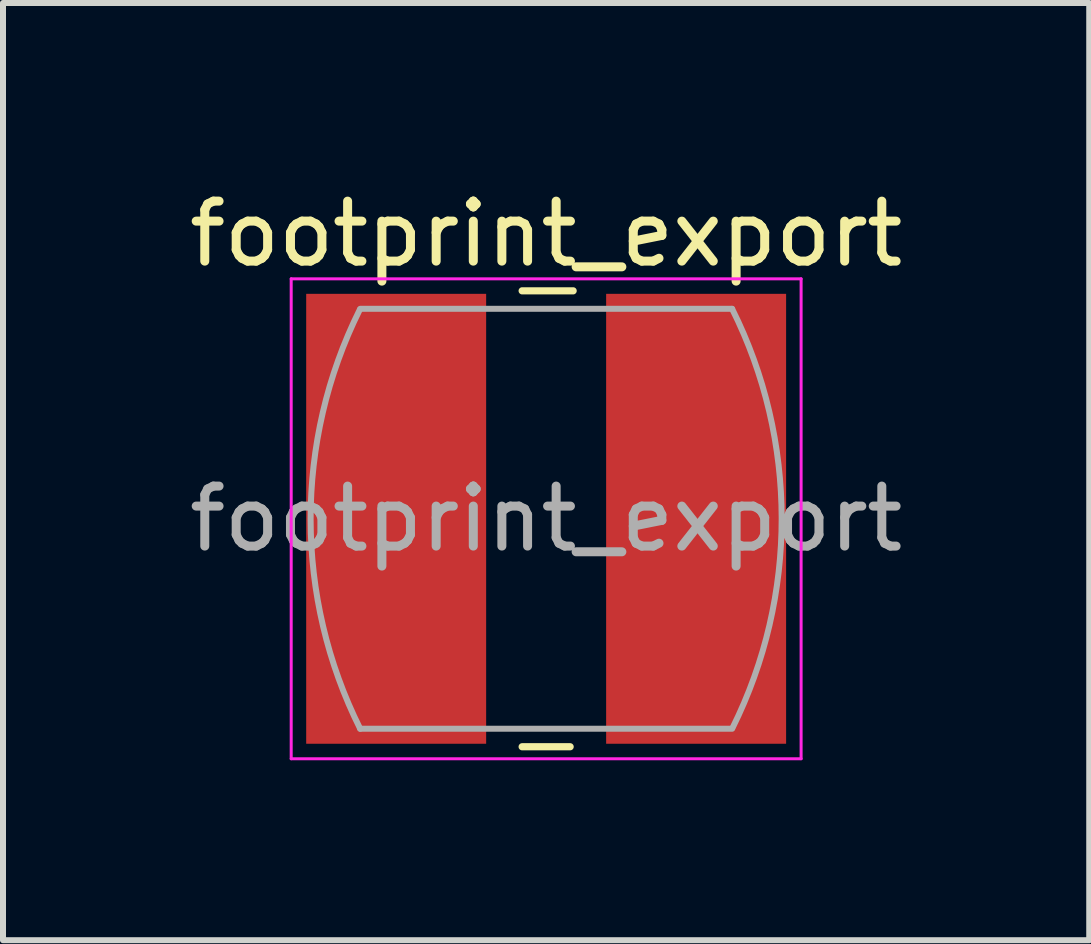
<source format=kicad_pcb>
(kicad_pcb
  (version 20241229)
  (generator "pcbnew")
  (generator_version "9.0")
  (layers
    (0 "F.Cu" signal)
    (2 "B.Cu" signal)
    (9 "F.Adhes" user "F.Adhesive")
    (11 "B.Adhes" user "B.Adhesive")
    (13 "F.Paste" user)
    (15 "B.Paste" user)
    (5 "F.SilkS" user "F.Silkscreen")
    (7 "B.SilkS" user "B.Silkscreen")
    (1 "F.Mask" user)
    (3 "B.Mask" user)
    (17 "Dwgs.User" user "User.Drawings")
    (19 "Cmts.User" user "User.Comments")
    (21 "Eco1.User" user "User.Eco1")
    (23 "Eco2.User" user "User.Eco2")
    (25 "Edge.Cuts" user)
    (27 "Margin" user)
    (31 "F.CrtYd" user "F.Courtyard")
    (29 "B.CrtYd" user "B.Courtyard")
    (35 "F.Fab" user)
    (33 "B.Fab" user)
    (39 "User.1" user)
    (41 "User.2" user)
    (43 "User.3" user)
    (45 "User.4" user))
  (footprint "footprint_export"
    (layer "F.Cu")
    (at 6.054 5.598)
    (property "Reference" "footprint_export" (at 0 -4.75 0) (layer "F.SilkS") (effects (font (size 1 1) (thickness 0.15))))
    (attr smd)
    (fp_line (start -0.4 -3.8) (end 0.45 -3.8) (stroke (width 0.12) (type solid)) (layer "F.SilkS"))
    (fp_line (start -0.4 3.8) (end 0.4 3.8) (stroke (width 0.12) (type solid)) (layer "F.SilkS"))
    (fp_line (start -4.25 -4) (end 4.25 -4) (stroke (width 0.05) (type solid)) (layer "F.CrtYd"))
    (fp_line (start -4.25 4) (end -4.25 -4) (stroke (width 0.05) (type solid)) (layer "F.CrtYd"))
    (fp_line (start 4.25 -4) (end 4.25 4) (stroke (width 0.05) (type solid)) (layer "F.CrtYd"))
    (fp_line (start 4.25 4) (end -4.25 4) (stroke (width 0.05) (type solid)) (layer "F.CrtYd"))
    (fp_line (start -3.1 3.5) (end 3.1 3.5) (stroke (width 0.1) (type solid)) (layer "F.Fab"))
    (fp_line (start 3.1 -3.5) (end -3.1 -3.5) (stroke (width 0.1) (type solid)) (layer "F.Fab"))
    (fp_arc (start -3.1 3.5) (mid -3.926233 0.008885) (end -3.107929 -3.484096) (stroke (width 0.1) (type solid)) (layer "F.Fab"))
    (fp_arc (start 3.1 -3.5) (mid 3.926233 -0.008885) (end 3.107929 3.484096) (stroke (width 0.1) (type solid)) (layer "F.Fab"))
    (fp_text user "${REFERENCE}" (at 0 0 0) (layer "F.Fab") (effects (font (size 1 1) (thickness 0.15))))
    (pad "1" smd rect (at -2.5 0) (size 3 7.5) (layers "F.Cu" "F.Mask" "F.Paste"))
    (pad "2" smd rect (at 2.5 0) (size 3 7.5) (layers "F.Cu" "F.Mask" "F.Paste")))
  (gr_rect
    (start -3 -3)
    (end 15.107 12.623)
    (stroke (width 0.1) (type default))
    (fill no)
    (layer "Edge.Cuts")))
</source>
